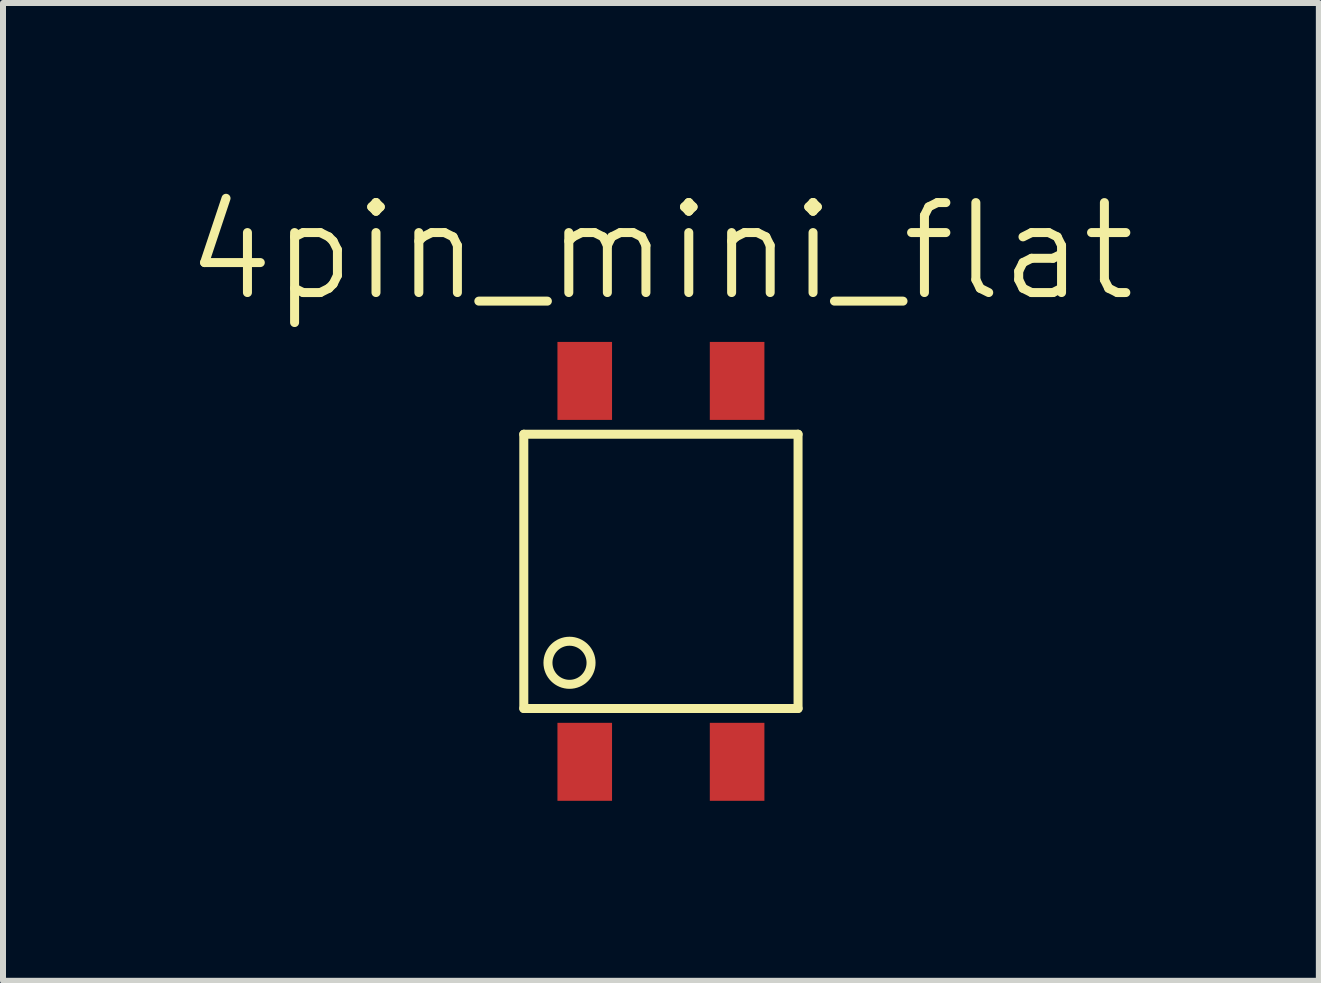
<source format=kicad_pcb>
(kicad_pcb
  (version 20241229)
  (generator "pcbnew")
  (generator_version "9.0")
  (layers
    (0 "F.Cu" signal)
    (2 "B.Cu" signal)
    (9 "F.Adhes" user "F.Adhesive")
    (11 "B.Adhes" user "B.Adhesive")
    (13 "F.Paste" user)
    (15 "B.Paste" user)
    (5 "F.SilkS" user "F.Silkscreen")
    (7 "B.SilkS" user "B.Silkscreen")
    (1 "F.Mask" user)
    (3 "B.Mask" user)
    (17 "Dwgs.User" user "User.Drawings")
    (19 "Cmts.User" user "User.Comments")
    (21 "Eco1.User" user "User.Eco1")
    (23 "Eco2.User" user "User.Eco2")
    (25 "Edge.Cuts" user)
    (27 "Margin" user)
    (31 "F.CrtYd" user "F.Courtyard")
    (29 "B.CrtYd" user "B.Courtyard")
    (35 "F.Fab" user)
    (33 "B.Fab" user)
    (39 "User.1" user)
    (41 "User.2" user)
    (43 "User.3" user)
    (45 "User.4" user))
  (footprint "4pin_mini_flat"
    (layer "F.Cu")
    (at 7.968 6.475)
    (property "Reference" "4pin_mini_flat" (at 0 -5.334 0) (layer "F.SilkS") (effects (font (size 1.5 1.5) (thickness 0.15))))
    (attr through_hole)
    (fp_line (start -2.286 -2.286) (end -2.286 2.286) (stroke (width 0.15) (type solid)) (layer "F.SilkS"))
    (fp_line (start -2.286 2.286) (end 2.286 2.286) (stroke (width 0.15) (type solid)) (layer "F.SilkS"))
    (fp_line (start 2.286 -2.286) (end -2.286 -2.286) (stroke (width 0.15) (type solid)) (layer "F.SilkS"))
    (fp_line (start 2.286 2.286) (end 2.286 -2.286) (stroke (width 0.15) (type solid)) (layer "F.SilkS"))
    (fp_circle (center -1.524 1.524) (end -1.27 1.27) (stroke (width 0.15) (type solid)) (fill no) (layer "F.SilkS"))
    (pad "1" smd rect (at -1.27 3.175) (size 0.91 1.3) (layers "F.Cu" "F.Mask" "F.Paste"))
    (pad "2" smd rect (at 1.27 3.175) (size 0.91 1.3) (layers "F.Cu" "F.Mask" "F.Paste"))
    (pad "3" smd rect (at -1.27 -3.175) (size 0.91 1.3) (layers "F.Cu" "F.Mask" "F.Paste"))
    (pad "4" smd rect (at 1.27 -3.175) (size 0.91 1.3) (layers "F.Cu" "F.Mask" "F.Paste")))
  (gr_rect
    (start -3 -3)
    (end 18.936 13.3)
    (stroke (width 0.1) (type default))
    (fill no)
    (layer "Edge.Cuts")))
</source>
